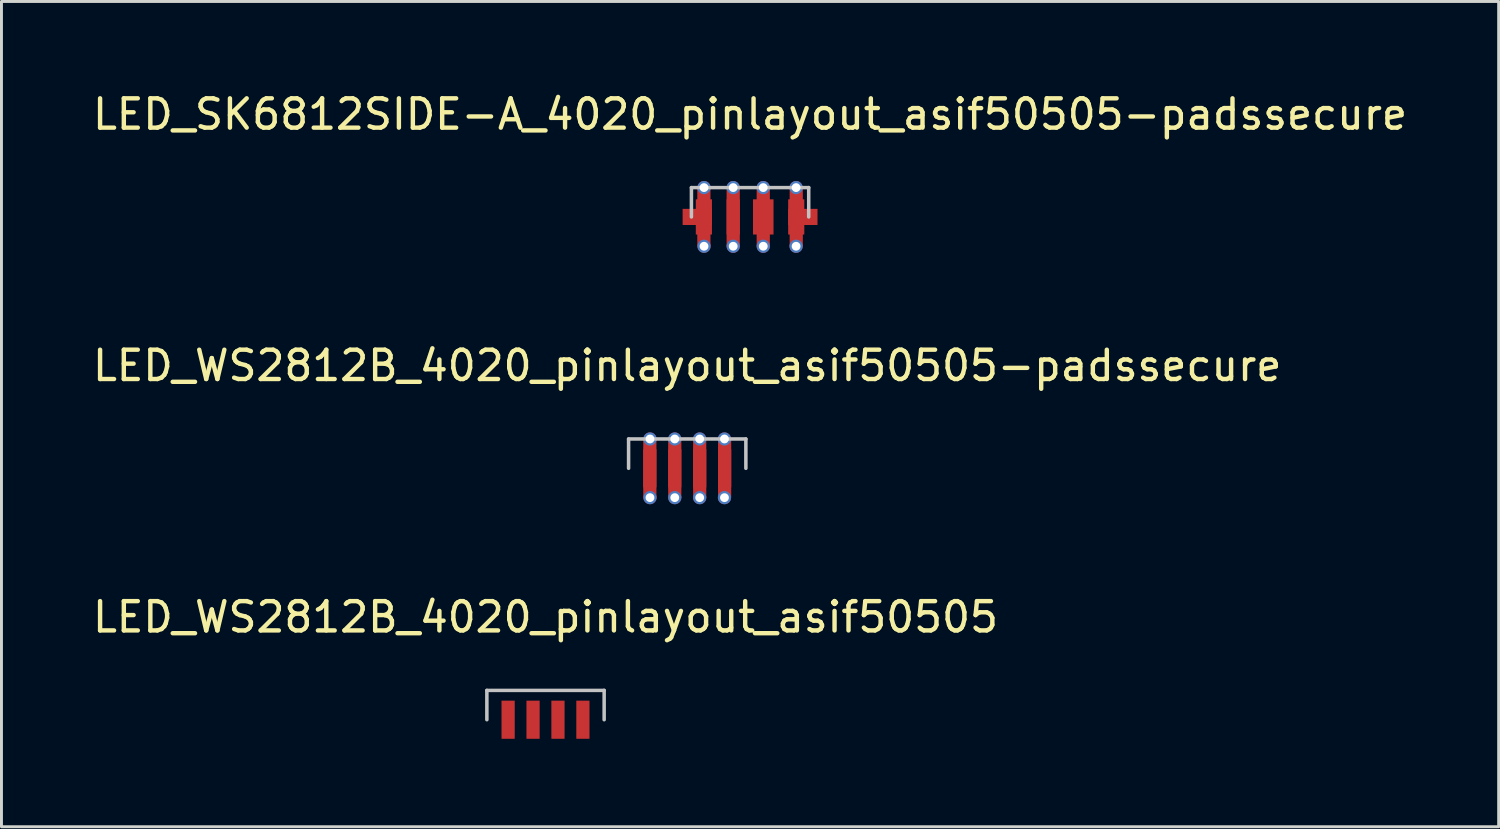
<source format=kicad_pcb>
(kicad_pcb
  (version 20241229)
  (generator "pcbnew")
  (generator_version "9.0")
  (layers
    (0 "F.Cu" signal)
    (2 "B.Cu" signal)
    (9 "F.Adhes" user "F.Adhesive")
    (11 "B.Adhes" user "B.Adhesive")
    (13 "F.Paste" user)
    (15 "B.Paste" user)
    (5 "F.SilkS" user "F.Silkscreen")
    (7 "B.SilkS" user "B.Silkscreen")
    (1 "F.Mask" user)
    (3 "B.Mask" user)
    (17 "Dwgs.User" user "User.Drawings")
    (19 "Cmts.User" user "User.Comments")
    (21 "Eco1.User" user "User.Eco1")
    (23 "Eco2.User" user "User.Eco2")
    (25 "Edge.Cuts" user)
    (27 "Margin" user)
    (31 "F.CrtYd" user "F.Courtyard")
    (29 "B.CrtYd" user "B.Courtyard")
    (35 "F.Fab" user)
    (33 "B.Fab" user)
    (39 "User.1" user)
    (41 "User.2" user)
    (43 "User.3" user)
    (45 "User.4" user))
  (footprint "LED_SK6812SIDE-A_4020_pinlayout_asif50505-padssecure"
    (layer "F.Cu")
    (at 22.53 4.348)
    (property "Reference" "LED_SK6812SIDE-A_4020_pinlayout_asif50505-padssecure" (at 0 -3.5 0) (layer "F.SilkS") (effects (font (size 1 1) (thickness 0.15))))
    (attr smd)
    (fp_line (start -2 -1) (end -2 0) (stroke (width 0.12) (type solid)) (layer "Dwgs.User"))
    (fp_line (start -2 -1) (end 2 -1) (stroke (width 0.12) (type solid)) (layer "Dwgs.User"))
    (fp_line (start 2 -1) (end 2 0) (stroke (width 0.12) (type solid)) (layer "Dwgs.User"))
    (pad "1" thru_hole circle (at 0.45 -1) (size 0.45 0.45) (drill 0.3) (layers "*.Cu"))
    (pad "1" smd rect (at 0.45 0 90) (size 1.2 0.7) (layers "F.Cu" "F.Mask" "F.Paste"))
    (pad "1" smd rect (at 0.45 0 90) (size 2 0.45) (layers "F.Cu"))
    (pad "1" thru_hole circle (at 0.45 1) (size 0.45 0.45) (drill 0.3) (layers "*.Cu"))
    (pad "2" thru_hole circle (at -0.575 -1) (size 0.45 0.45) (drill 0.3) (layers "*.Cu"))
    (pad "2" smd rect (at -0.575 0 90) (size 1.2 0.45) (layers "F.Cu" "F.Mask" "F.Paste"))
    (pad "2" smd rect (at -0.575 0 90) (size 2 0.45) (layers "F.Cu"))
    (pad "2" thru_hole circle (at -0.575 1) (size 0.45 0.45) (drill 0.3) (layers "*.Cu"))
    (pad "3" smd rect (at -1.8 0 90) (size 0.55 1) (layers "F.Cu" "F.Mask" "F.Paste"))
    (pad "3" smd rect (at -1.575 0 90) (size 1.2 0.55) (layers "F.Cu" "F.Mask" "F.Paste"))
    (pad "3" smd rect (at -1.575 0 90) (size 2 0.45) (layers "F.Cu"))
    (pad "3" thru_hole circle (at -1.57 -1) (size 0.45 0.45) (drill 0.3) (layers "*.Cu"))
    (pad "3" thru_hole circle (at -1.57 1) (size 0.45 0.45) (drill 0.3) (layers "*.Cu"))
    (pad "4" thru_hole circle (at 1.57 -1) (size 0.45 0.45) (drill 0.3) (layers "*.Cu"))
    (pad "4" thru_hole circle (at 1.57 1) (size 0.45 0.45) (drill 0.3) (layers "*.Cu"))
    (pad "4" smd rect (at 1.575 0 90) (size 1.2 0.55) (layers "F.Cu" "F.Mask" "F.Paste"))
    (pad "4" smd rect (at 1.575 0 90) (size 2 0.45) (layers "F.Cu"))
    (pad "4" smd rect (at 1.8 0 90) (size 0.55 1) (layers "F.Cu" "F.Mask" "F.Paste")))
  (footprint "LED_WS2812B_4020_pinlayout_asif50505"
    (layer "F.Cu")
    (at 15.554 21.495)
    (property "Reference" "LED_WS2812B_4020_pinlayout_asif50505" (at 0 -3.5 0) (layer "F.SilkS") (effects (font (size 1 1) (thickness 0.15))))
    (attr smd)
    (fp_line (start -2 -1) (end -2 0) (stroke (width 0.12) (type solid)) (layer "Dwgs.User"))
    (fp_line (start -2 -1) (end 2 -1) (stroke (width 0.12) (type solid)) (layer "Dwgs.User"))
    (fp_line (start 2 -1) (end 2 0) (stroke (width 0.12) (type solid)) (layer "Dwgs.User"))
    (pad "1" smd rect (at 0.425 0 90) (size 1.3 0.45) (layers "F.Cu" "F.Mask" "F.Paste"))
    (pad "2" smd rect (at -0.425 0 90) (size 1.3 0.45) (layers "F.Cu" "F.Mask" "F.Paste"))
    (pad "3" smd rect (at -1.275 0 90) (size 1.3 0.45) (layers "F.Cu" "F.Mask" "F.Paste"))
    (pad "4" smd rect (at 1.275 0 90) (size 1.3 0.45) (layers "F.Cu" "F.Mask" "F.Paste")))
  (footprint "LED_WS2812B_4020_pinlayout_asif50505-padssecure"
    (layer "F.Cu")
    (at 20.387 12.921)
    (property "Reference" "LED_WS2812B_4020_pinlayout_asif50505-padssecure" (at 0 -3.5 0) (layer "F.SilkS") (effects (font (size 1 1) (thickness 0.15))))
    (attr smd)
    (fp_line (start -2 -1) (end -2 0) (stroke (width 0.12) (type solid)) (layer "Dwgs.User"))
    (fp_line (start -2 -1) (end 2 -1) (stroke (width 0.12) (type solid)) (layer "Dwgs.User"))
    (fp_line (start 2 -1) (end 2 0) (stroke (width 0.12) (type solid)) (layer "Dwgs.User"))
    (pad "1" thru_hole circle (at 0.425 -1) (size 0.45 0.45) (drill 0.3) (layers "*.Cu"))
    (pad "1" smd rect (at 0.425 0 90) (size 1.3 0.45) (layers "F.Cu" "F.Mask" "F.Paste"))
    (pad "1" smd rect (at 0.425 0 90) (size 2 0.45) (layers "F.Cu"))
    (pad "1" thru_hole circle (at 0.425 1) (size 0.45 0.45) (drill 0.3) (layers "*.Cu"))
    (pad "2" thru_hole circle (at -0.425 -1) (size 0.45 0.45) (drill 0.3) (layers "*.Cu"))
    (pad "2" smd rect (at -0.425 0 90) (size 1.3 0.45) (layers "F.Cu" "F.Mask" "F.Paste"))
    (pad "2" smd rect (at -0.425 0 90) (size 2 0.45) (layers "F.Cu"))
    (pad "2" thru_hole circle (at -0.425 1) (size 0.45 0.45) (drill 0.3) (layers "*.Cu"))
    (pad "3" smd rect (at -1.275 0 90) (size 1.3 0.45) (layers "F.Cu" "F.Mask" "F.Paste"))
    (pad "3" smd rect (at -1.275 0 90) (size 2 0.45) (layers "F.Cu"))
    (pad "3" thru_hole circle (at -1.27 -1) (size 0.45 0.45) (drill 0.3) (layers "*.Cu"))
    (pad "3" thru_hole circle (at -1.27 1) (size 0.45 0.45) (drill 0.3) (layers "*.Cu"))
    (pad "4" thru_hole circle (at 1.27 -1) (size 0.45 0.45) (drill 0.3) (layers "*.Cu"))
    (pad "4" thru_hole circle (at 1.27 1) (size 0.45 0.45) (drill 0.3) (layers "*.Cu"))
    (pad "4" smd rect (at 1.275 0 90) (size 1.3 0.45) (layers "F.Cu" "F.Mask" "F.Paste"))
    (pad "4" smd rect (at 1.275 0 90) (size 2 0.45) (layers "F.Cu")))
  (gr_rect
    (start -3 -3)
    (end 48.06 25.145)
    (stroke (width 0.1) (type default))
    (fill no)
    (layer "Edge.Cuts")))
</source>
